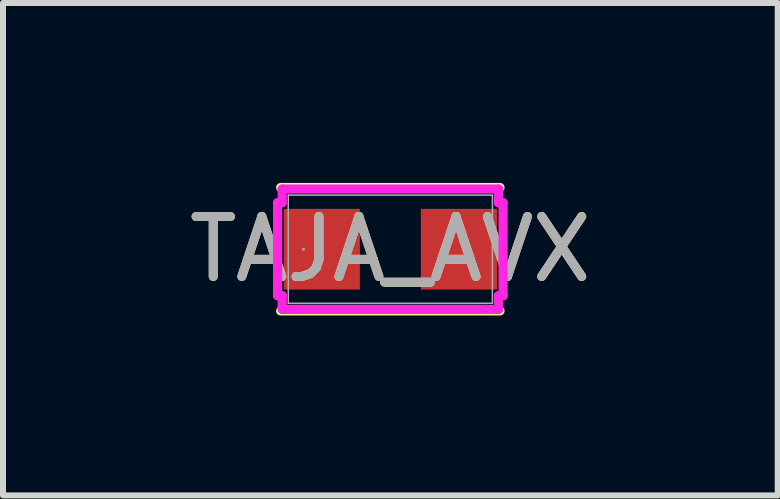
<source format=kicad_pcb>
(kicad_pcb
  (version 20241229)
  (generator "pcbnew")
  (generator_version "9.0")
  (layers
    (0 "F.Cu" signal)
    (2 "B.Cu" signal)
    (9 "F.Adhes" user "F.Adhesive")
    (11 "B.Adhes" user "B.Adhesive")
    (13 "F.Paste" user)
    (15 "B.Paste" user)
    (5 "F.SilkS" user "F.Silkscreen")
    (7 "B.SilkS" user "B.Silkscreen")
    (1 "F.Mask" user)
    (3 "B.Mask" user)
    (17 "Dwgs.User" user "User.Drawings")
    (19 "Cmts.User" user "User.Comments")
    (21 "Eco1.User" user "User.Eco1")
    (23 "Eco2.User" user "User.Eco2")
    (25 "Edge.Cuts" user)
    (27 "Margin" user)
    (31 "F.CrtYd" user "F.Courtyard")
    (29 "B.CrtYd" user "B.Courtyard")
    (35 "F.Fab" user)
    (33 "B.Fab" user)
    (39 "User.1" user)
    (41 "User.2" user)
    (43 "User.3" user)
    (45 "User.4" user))
  (footprint "TAJA_AVX"
    (layer "F.Cu")
    (at 3.458 1.105)
    (property "Reference" "TAJA_AVX" (at 0 0 0) (unlocked yes) (layer "F.SilkS") (effects (font (size 1 1) (thickness 0.15))))
    (attr smd)
    (fp_line (start -1.829 1.029) (end 1.829 1.029) (stroke (width 0.152) (type solid)) (layer "F.SilkS"))
    (fp_line (start 1.829 -1.029) (end -1.829 -1.029) (stroke (width 0.152) (type solid)) (layer "F.SilkS"))
    (fp_line (start -1.88 -0.775) (end -1.803 -0.775) (stroke (width 0.152) (type solid)) (layer "F.CrtYd"))
    (fp_line (start -1.88 0.775) (end -1.88 -0.775) (stroke (width 0.152) (type solid)) (layer "F.CrtYd"))
    (fp_line (start -1.803 -1.003) (end 1.803 -1.003) (stroke (width 0.152) (type solid)) (layer "F.CrtYd"))
    (fp_line (start -1.803 -0.775) (end -1.803 -1.003) (stroke (width 0.152) (type solid)) (layer "F.CrtYd"))
    (fp_line (start -1.803 0.775) (end -1.88 0.775) (stroke (width 0.152) (type solid)) (layer "F.CrtYd"))
    (fp_line (start -1.803 1.003) (end -1.803 0.775) (stroke (width 0.152) (type solid)) (layer "F.CrtYd"))
    (fp_line (start 1.803 -1.003) (end 1.803 -0.775) (stroke (width 0.152) (type solid)) (layer "F.CrtYd"))
    (fp_line (start 1.803 -0.775) (end 1.88 -0.775) (stroke (width 0.152) (type solid)) (layer "F.CrtYd"))
    (fp_line (start 1.803 0.775) (end 1.803 1.003) (stroke (width 0.152) (type solid)) (layer "F.CrtYd"))
    (fp_line (start 1.803 1.003) (end -1.803 1.003) (stroke (width 0.152) (type solid)) (layer "F.CrtYd"))
    (fp_line (start 1.88 -0.775) (end 1.88 0.775) (stroke (width 0.152) (type solid)) (layer "F.CrtYd"))
    (fp_line (start 1.88 0.775) (end 1.803 0.775) (stroke (width 0.152) (type solid)) (layer "F.CrtYd"))
    (fp_line (start -1.702 -0.902) (end -1.702 0.902) (stroke (width 0.025) (type solid)) (layer "F.Fab"))
    (fp_line (start -1.702 0.902) (end 1.702 0.902) (stroke (width 0.025) (type solid)) (layer "F.Fab"))
    (fp_line (start 1.702 -0.902) (end -1.702 -0.902) (stroke (width 0.025) (type solid)) (layer "F.Fab"))
    (fp_line (start 1.702 0.902) (end 1.702 -0.902) (stroke (width 0.025) (type solid)) (layer "F.Fab"))
    (fp_circle (center -1.448 0) (end -1.448 0) (stroke (width 0.025) (type solid)) (fill no) (layer "F.Fab"))
    (fp_text user "${REFERENCE}" (at 0 0 0) (unlocked yes) (layer "F.Fab") (effects (font (size 1 1) (thickness 0.15))))
    (pad "1" smd rect (at -1.143 0 90) (size 1.346 1.27) (layers "F.Cu" "F.Mask" "F.Paste"))
    (pad "2" smd rect (at 1.143 0 90) (size 1.346 1.27) (layers "F.Cu" "F.Mask" "F.Paste"))
    (zone (net_name "") (layer "F.Cu") (hatch full 0.508) (connect_pads) (min_thickness 0.254) (filled_areas_thickness no) (keepout (tracks not_allowed) (vias not_allowed) (pads allowed) (copperpour not_allowed) (footprints allowed)) (placement (enabled no)) (fill) (polygon (pts (xy 1.807 0.254) (xy 5.109 0.254) (xy 5.109 0.356) (xy 1.807 0.356))))
    (zone (net_name "") (layer "F.Cu") (hatch full 0.508) (connect_pads) (min_thickness 0.254) (filled_areas_thickness no) (keepout (tracks not_allowed) (vias not_allowed) (pads allowed) (copperpour not_allowed) (footprints allowed)) (placement (enabled no)) (fill) (polygon (pts (xy 1.807 1.854) (xy 5.109 1.854) (xy 5.109 1.956) (xy 1.807 1.956))))
    (zone (net_name "") (layer "F.Cu") (hatch full 0.508) (connect_pads) (min_thickness 0.254) (filled_areas_thickness no) (keepout (tracks not_allowed) (vias not_allowed) (pads allowed) (copperpour not_allowed) (footprints allowed)) (placement (enabled no)) (fill) (polygon (pts (xy 3.001 0.356) (xy 3.916 0.356) (xy 3.916 1.854) (xy 3.001 1.854)))))
  (gr_rect
    (start -3 -3)
    (end 9.917 5.21)
    (stroke (width 0.1) (type default))
    (fill no)
    (layer "Edge.Cuts")))
</source>
